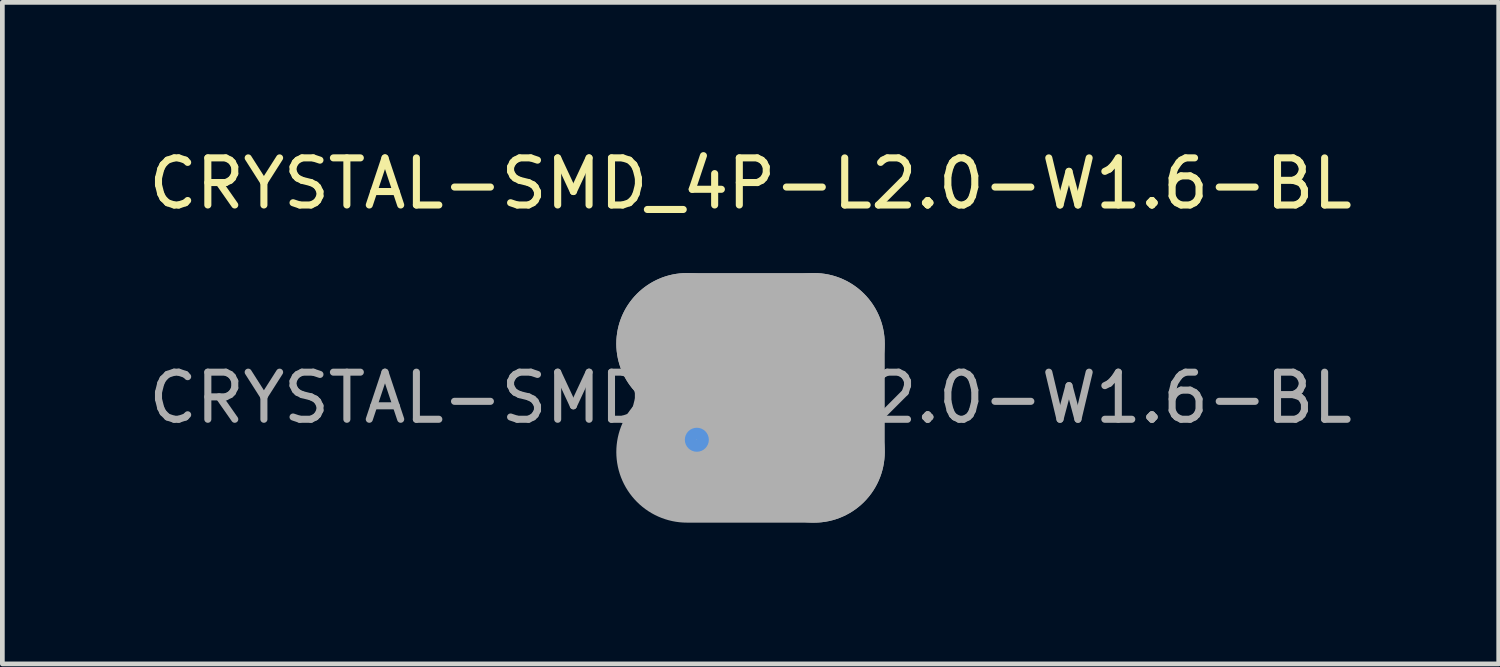
<source format=kicad_pcb>
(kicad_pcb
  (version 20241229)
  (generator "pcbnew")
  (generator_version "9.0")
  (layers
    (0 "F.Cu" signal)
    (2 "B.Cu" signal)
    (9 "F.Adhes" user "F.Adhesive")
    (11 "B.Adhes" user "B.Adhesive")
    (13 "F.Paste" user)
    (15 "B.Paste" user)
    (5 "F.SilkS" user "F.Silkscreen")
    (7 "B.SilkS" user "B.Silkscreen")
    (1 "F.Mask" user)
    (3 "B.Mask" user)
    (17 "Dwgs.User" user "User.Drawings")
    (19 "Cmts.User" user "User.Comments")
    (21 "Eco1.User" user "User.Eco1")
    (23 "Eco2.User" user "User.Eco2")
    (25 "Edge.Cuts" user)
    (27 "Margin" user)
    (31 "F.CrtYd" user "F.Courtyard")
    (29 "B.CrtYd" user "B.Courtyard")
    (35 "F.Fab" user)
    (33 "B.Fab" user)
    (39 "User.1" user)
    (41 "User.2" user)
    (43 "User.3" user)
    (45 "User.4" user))
  (footprint "CRYSTAL-SMD_4P-L2.0-W1.6-BL"
    (layer "F.Cu")
    (at 12.887 5.398)
    (property "Reference" "CRYSTAL-SMD_4P-L2.0-W1.6-BL" (at 0 -4.55 0) (layer "F.SilkS") (effects (font (size 1 1) (thickness 0.15))))
    (attr through_hole)
    (fp_line (start -1.65 0.15) (end -1.65 1.45) (stroke (width 0.15) (type solid)) (layer "F.SilkS"))
    (fp_line (start -1.65 1.45) (end -0.25 1.45) (stroke (width 0.15) (type solid)) (layer "F.SilkS"))
    (fp_circle (center -1.14 0.89) (end -1.01 0.89) (stroke (width 0.25) (type solid)) (fill no) (layer "Cmts.User"))
    (fp_line (start -1.35 -1.15) (end -1.35 -1.15) (stroke (width 3) (type solid)) (layer "F.Fab"))
    (fp_line (start -1.35 -1.15) (end 1.35 -1.15) (stroke (width 3) (type solid)) (layer "F.Fab"))
    (fp_line (start 1.35 -1.15) (end 1.35 1.15) (stroke (width 3) (type solid)) (layer "F.Fab"))
    (fp_line (start 1.35 1.15) (end -1.35 1.15) (stroke (width 3) (type solid)) (layer "F.Fab"))
    (fp_circle (center -1 0.8) (end -0.97 0.8) (stroke (width 0.06) (type solid)) (fill no) (layer "F.Fab"))
    (fp_text user "${REFERENCE}" (at 0 0 0) (layer "F.Fab") (effects (font (size 1 1) (thickness 0.15))))
    (pad "1" smd rect (at -0.7 0.55) (size 0.9 0.8) (layers "F.Cu" "F.Mask" "F.Paste"))
    (pad "2" smd rect (at 0.7 0.55) (size 0.9 0.8) (layers "F.Cu" "F.Mask" "F.Paste"))
    (pad "3" smd rect (at 0.7 -0.55) (size 0.9 0.8) (layers "F.Cu" "F.Mask" "F.Paste"))
    (pad "4" smd rect (at -0.7 -0.55) (size 0.9 0.8) (layers "F.Cu" "F.Mask" "F.Paste")))
  (gr_rect
    (start -3 -3)
    (end 28.774 11.048)
    (stroke (width 0.1) (type default))
    (fill no)
    (layer "Edge.Cuts")))
</source>
